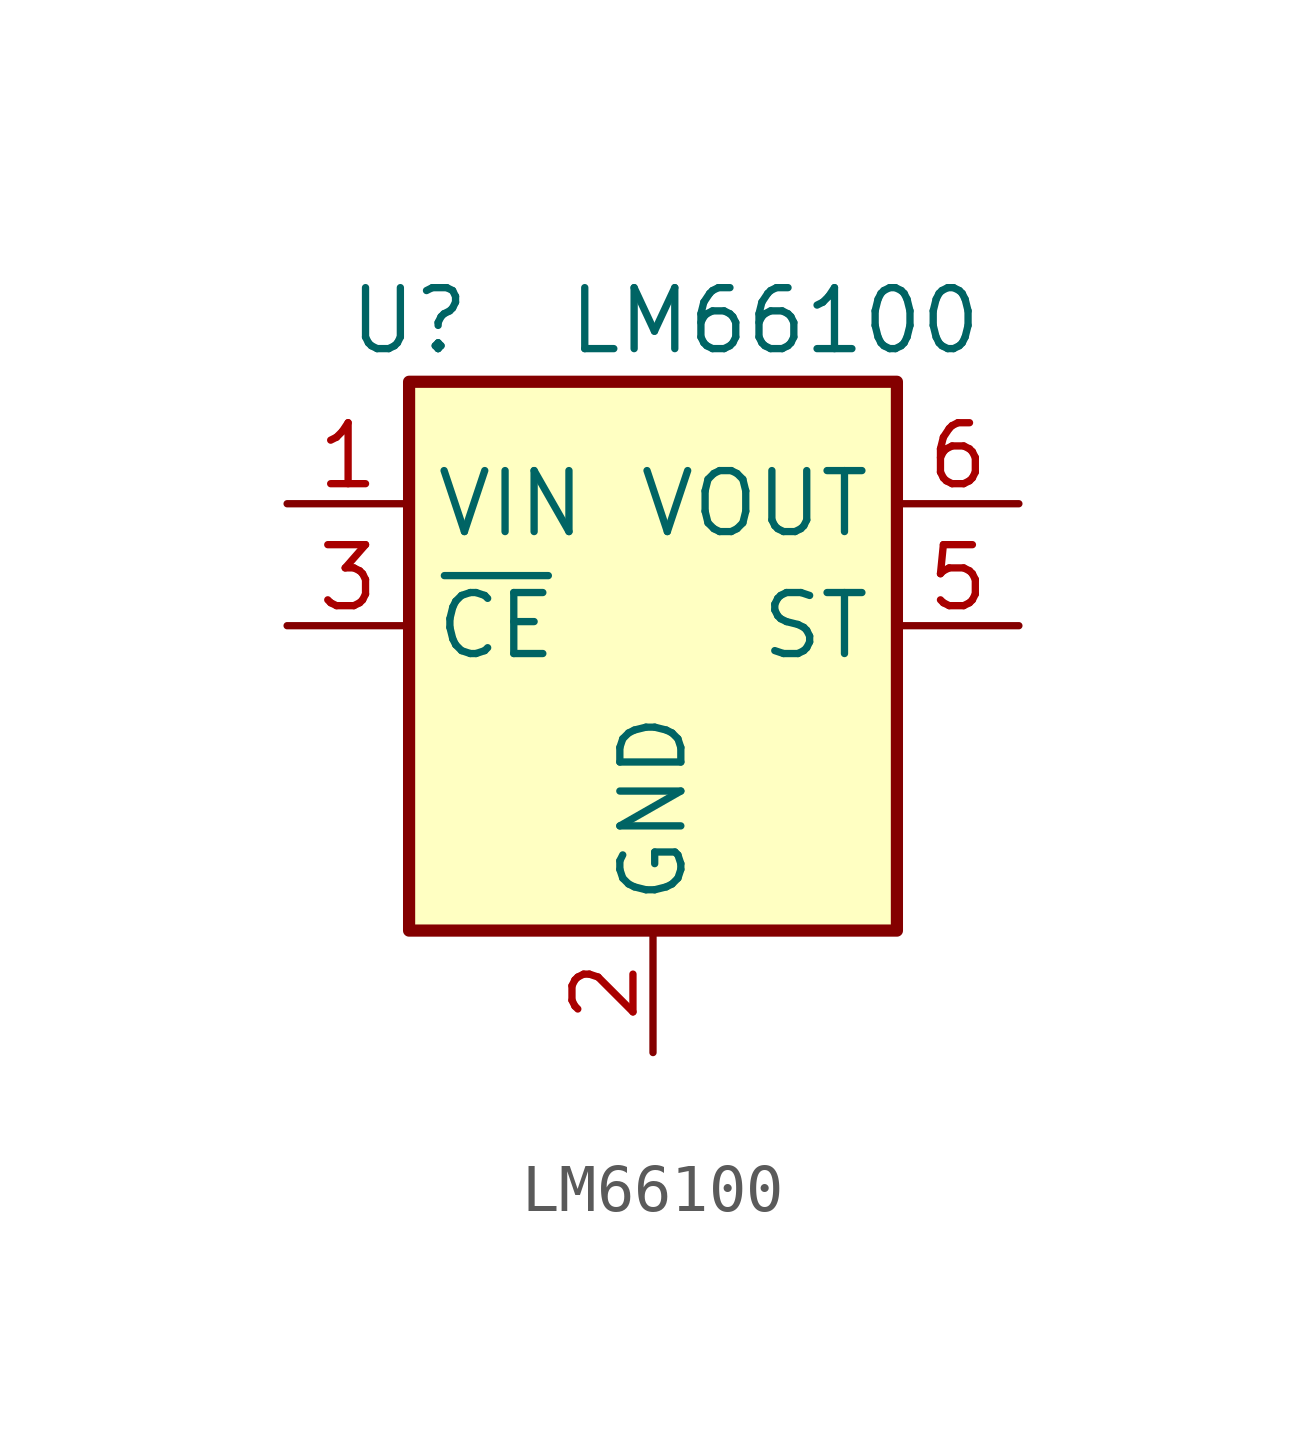
<source format=kicad_sym>
(kicad_symbol_lib
  (version 20211014)
  (generator kicad_symbol_editor)
  (symbol "LM66100"
    (property "Reference" "U"
      (at -5.08 6.35 0)
      (effects (font (size 1.27 1.27))))
    (property "Value" "LM66100"
      (at 2.54 6.35 0)
      (effects (font (size 1.27 1.27))))
    (symbol "LM66100_0_0"
      (pin power_in line (at -7.62 2.54 0) (length 2.54) (name "VIN" (effects (font (size 1.27 1.27)))) (number "1" (effects (font (size 1.27 1.27)))))
      (pin power_in line (at 0 -8.89 90) (length 2.54) (name "GND" (effects (font (size 1.27 1.27)))) (number "2" (effects (font (size 1.27 1.27)))))
      (pin input line (at -7.62 0 0) (length 2.54) (name "~{CE}" (effects (font (size 1.27 1.27)))) (number "3" (effects (font (size 1.27 1.27)))))
      (pin no_connect line (at -7.62 -2.54 0) (length 2.54) hide (name "N/C" (effects (font (size 1.27 1.27)))) (number "4" (effects (font (size 1.27 1.27)))))
      (pin open_collector line (at 7.62 0 180) (length 2.54) (name "ST" (effects (font (size 1.27 1.27)))) (number "5" (effects (font (size 1.27 1.27)))))
      (pin power_out line (at 7.62 2.54 180) (length 2.54) (name "VOUT" (effects (font (size 1.27 1.27)))) (number "6" (effects (font (size 1.27 1.27))))))
    (symbol "LM66100_0_1"
      (rectangle (start -5.08 5.08) (end 5.08 -6.35) (stroke (width 0.254) (type default) (color 0 0 0 0)) (fill (type background))))))
</source>
